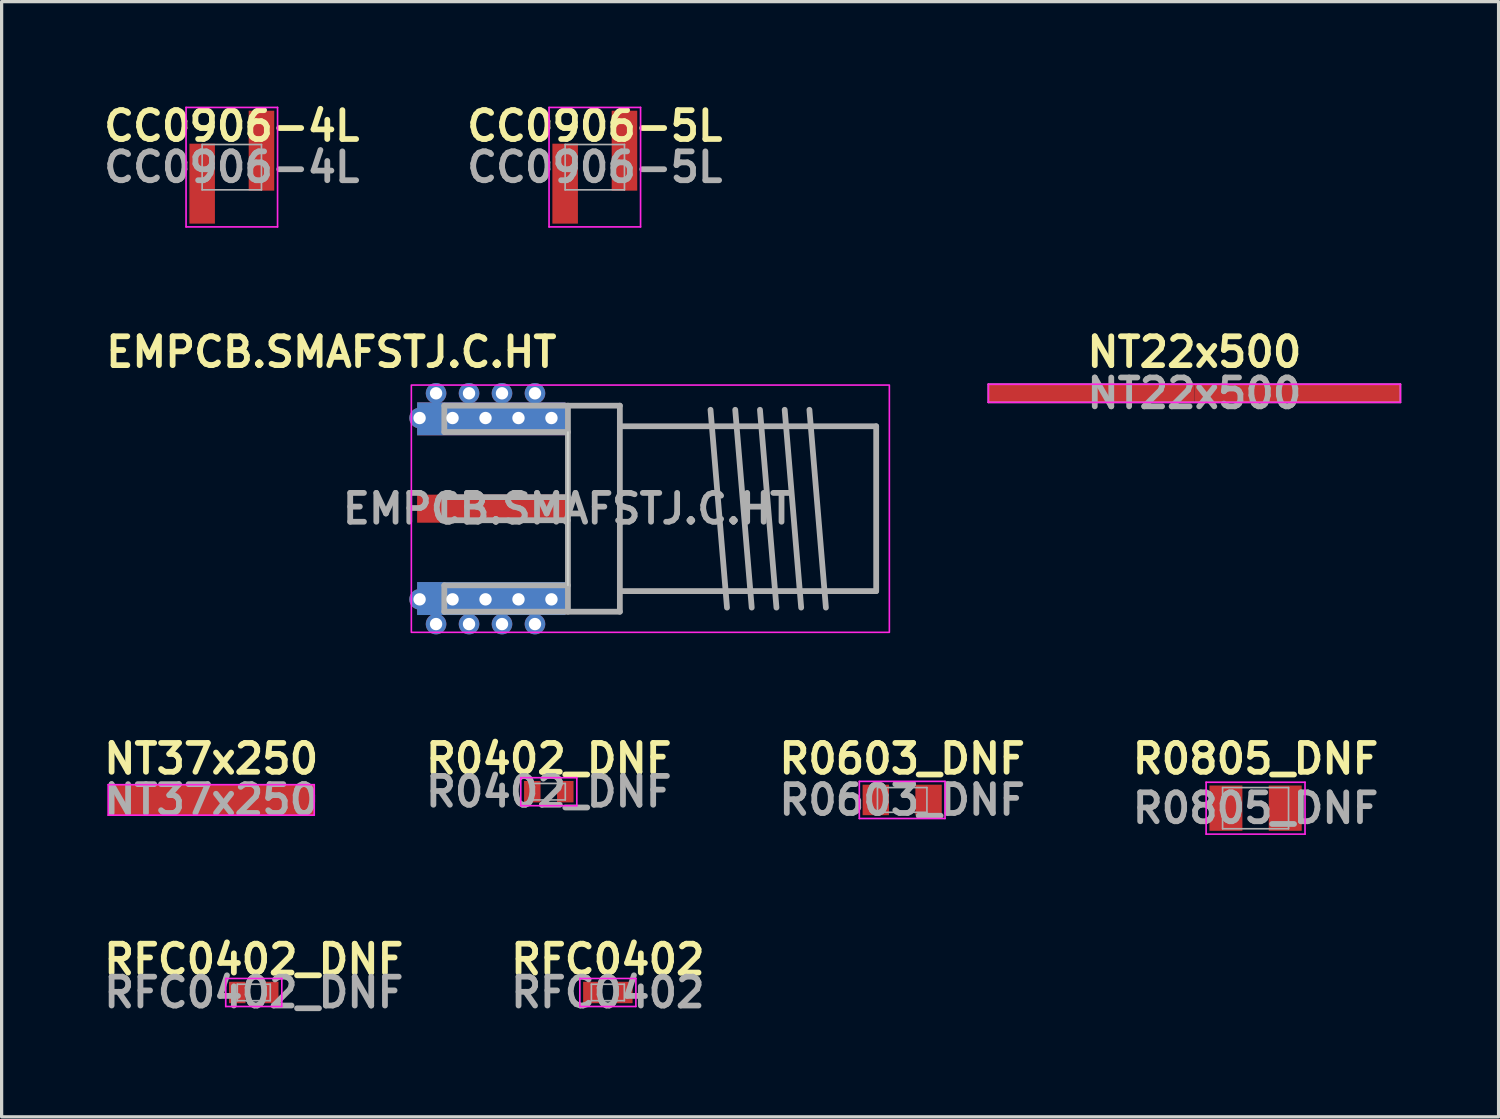
<source format=kicad_pcb>
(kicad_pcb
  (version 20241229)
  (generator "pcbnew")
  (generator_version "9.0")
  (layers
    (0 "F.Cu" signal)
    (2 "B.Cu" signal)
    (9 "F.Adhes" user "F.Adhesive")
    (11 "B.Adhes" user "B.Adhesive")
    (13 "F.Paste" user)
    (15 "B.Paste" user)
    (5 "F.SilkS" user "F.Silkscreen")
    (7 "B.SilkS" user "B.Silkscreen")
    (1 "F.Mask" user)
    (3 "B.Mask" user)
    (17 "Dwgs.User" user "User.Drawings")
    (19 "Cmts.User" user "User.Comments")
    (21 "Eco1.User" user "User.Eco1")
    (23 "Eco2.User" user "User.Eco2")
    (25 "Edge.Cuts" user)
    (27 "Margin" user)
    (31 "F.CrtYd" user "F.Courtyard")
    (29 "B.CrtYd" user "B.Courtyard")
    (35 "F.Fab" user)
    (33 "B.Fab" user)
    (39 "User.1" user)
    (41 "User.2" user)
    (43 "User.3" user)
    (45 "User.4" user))
  (footprint "CC0906-4L"
    (layer "F.Cu")
    (at 4.094 2.102)
    (property "Reference" "CC0906-4L" (at 0 -1.27 0) (layer "F.SilkS") (effects (font (size 0.889 0.889) (thickness 0.178))))
    (attr smd)
    (fp_line (start -1.41 -1.841) (end -1.41 1.841) (stroke (width 0.051) (type default)) (layer "F.CrtYd"))
    (fp_line (start -1.41 -1.841) (end 1.41 -1.841) (stroke (width 0.051) (type solid)) (layer "F.CrtYd"))
    (fp_line (start -1.41 1.841) (end 1.41 1.841) (stroke (width 0.051) (type solid)) (layer "F.CrtYd"))
    (fp_line (start 1.41 -1.841) (end 1.41 1.841) (stroke (width 0.051) (type default)) (layer "F.CrtYd"))
    (fp_line (start -0.914 -0.699) (end -0.914 0.699) (stroke (width 0.051) (type default)) (layer "F.Fab"))
    (fp_line (start -0.914 -0.699) (end 0.914 -0.699) (stroke (width 0.051) (type solid)) (layer "F.Fab"))
    (fp_line (start 0.914 -0.699) (end 0.914 0.699) (stroke (width 0.051) (type default)) (layer "F.Fab"))
    (fp_line (start 0.914 0.699) (end -0.914 0.699) (stroke (width 0.051) (type solid)) (layer "F.Fab"))
    (fp_text user "${REFERENCE}" (at 0 0 0) (layer "F.Fab") (effects (font (size 0.889 0.889) (thickness 0.178))))
    (pad "1" smd rect (at -0.914 0.508) (size 0.787 2.464) (layers "F.Cu" "F.Mask" "F.Paste"))
    (pad "2" smd rect (at 0.914 -0.508) (size 0.787 2.464) (layers "F.Cu" "F.Mask" "F.Paste")))
  (footprint "NT22x500"
    (layer "F.Cu")
    (at 33.759 9.071)
    (property "Reference" "NT22x500" (at 0 -1.27 0) (layer "F.SilkS") (effects (font (size 0.889 0.889) (thickness 0.178))))
    (attr smd allow_missing_courtyard)
    (fp_rect (start 6.35 -0.279) (end -6.35 0.279) (stroke (width 0) (type default)) (fill yes) (layer "F.Mask"))
    (fp_line (start -6.35 -0.279) (end -6.35 0.279) (stroke (width 0.051) (type default)) (layer "F.CrtYd"))
    (fp_line (start -6.35 0.279) (end 6.35 0.279) (stroke (width 0.051) (type default)) (layer "F.CrtYd"))
    (fp_line (start 6.35 -0.279) (end -6.35 -0.279) (stroke (width 0.051) (type default)) (layer "F.CrtYd"))
    (fp_line (start 6.35 0.279) (end 6.35 -0.279) (stroke (width 0.051) (type default)) (layer "F.CrtYd"))
    (fp_line (start -6.35 -0.279) (end -6.35 0.279) (stroke (width 0.051) (type default)) (layer "F.Fab"))
    (fp_line (start -6.35 0.279) (end 6.35 0.279) (stroke (width 0.051) (type default)) (layer "F.Fab"))
    (fp_line (start 6.35 -0.279) (end -6.35 -0.279) (stroke (width 0.051) (type default)) (layer "F.Fab"))
    (fp_line (start 6.35 0.279) (end 6.35 -0.279) (stroke (width 0.051) (type default)) (layer "F.Fab"))
    (fp_text user "${REFERENCE}" (at 0 0 0) (layer "F.Fab") (effects (font (size 0.889 0.889) (thickness 0.178))))
    (pad "1" smd rect (at -3.175 0) (size 6.35 0.559) (layers "F.Cu" "F.Mask"))
    (pad "2" smd rect (at 3.175 0) (size 6.35 0.559) (layers "F.Cu" "F.Mask")))
  (footprint "CC0906-5L"
    (layer "F.Cu")
    (at 15.281 2.102)
    (property "Reference" "CC0906-5L" (at 0 -1.27 0) (layer "F.SilkS") (effects (font (size 0.889 0.889) (thickness 0.178))))
    (attr smd)
    (fp_line (start -1.41 -1.841) (end -1.41 1.841) (stroke (width 0.051) (type default)) (layer "F.CrtYd"))
    (fp_line (start -1.41 -1.841) (end 1.41 -1.841) (stroke (width 0.051) (type solid)) (layer "F.CrtYd"))
    (fp_line (start -1.41 1.841) (end 1.41 1.841) (stroke (width 0.051) (type solid)) (layer "F.CrtYd"))
    (fp_line (start 1.41 -1.841) (end 1.41 1.841) (stroke (width 0.051) (type default)) (layer "F.CrtYd"))
    (fp_line (start -0.914 -0.699) (end -0.914 0.699) (stroke (width 0.051) (type default)) (layer "F.Fab"))
    (fp_line (start -0.914 -0.699) (end 0.914 -0.699) (stroke (width 0.051) (type solid)) (layer "F.Fab"))
    (fp_line (start 0.914 -0.699) (end 0.914 0.699) (stroke (width 0.051) (type default)) (layer "F.Fab"))
    (fp_line (start 0.914 0.699) (end -0.914 0.699) (stroke (width 0.051) (type solid)) (layer "F.Fab"))
    (fp_text user "${REFERENCE}" (at 0 0 0) (layer "F.Fab") (effects (font (size 0.889 0.889) (thickness 0.178))))
    (pad "1" smd rect (at -0.914 0.508) (size 0.787 2.464) (layers "F.Cu" "F.Mask" "F.Paste"))
    (pad "2" smd rect (at 0.914 -0.508) (size 0.787 2.464) (layers "F.Cu" "F.Mask" "F.Paste")))
  (footprint "RFC0402"
    (layer "F.Cu")
    (at 15.683 27.537)
    (property "Reference" "RFC0402" (at 0 -1.016 0) (layer "F.SilkS") (effects (font (size 0.889 0.889) (thickness 0.178) (bold yes))))
    (attr smd)
    (fp_line (start -0.864 -0.432) (end 0.864 -0.432) (stroke (width 0.051) (type solid)) (layer "F.CrtYd"))
    (fp_line (start -0.864 0.432) (end -0.864 -0.432) (stroke (width 0.051) (type solid)) (layer "F.CrtYd"))
    (fp_line (start 0.864 -0.432) (end 0.864 0.432) (stroke (width 0.05) (type solid)) (layer "F.CrtYd"))
    (fp_line (start 0.864 0.432) (end -0.864 0.432) (stroke (width 0.051) (type solid)) (layer "F.CrtYd"))
    (fp_line (start -0.508 -0.254) (end 0.508 -0.254) (stroke (width 0.051) (type solid)) (layer "F.Fab"))
    (fp_line (start -0.508 0.254) (end -0.508 -0.254) (stroke (width 0.051) (type solid)) (layer "F.Fab"))
    (fp_line (start 0.508 -0.254) (end 0.508 0.254) (stroke (width 0.051) (type solid)) (layer "F.Fab"))
    (fp_line (start 0.508 0.254) (end -0.508 0.254) (stroke (width 0.051) (type solid)) (layer "F.Fab"))
    (fp_text user "${REFERENCE}" (at 0 0 0) (layer "F.Fab") (effects (font (size 0.889 0.889) (thickness 0.178) (bold yes))))
    (pad "1" smd rect (at -0.508 0) (size 0.508 0.66) (layers "F.Cu" "F.Mask" "F.Paste"))
    (pad "2" smd rect (at 0.508 0) (size 0.508 0.66) (layers "F.Cu" "F.Mask" "F.Paste"))
    (zone (net_name "") (layer "F.Cu") (hatch full 0.508) (connect_pads) (min_thickness 0.254) (filled_areas_thickness no) (keepout (tracks not_allowed) (vias not_allowed) (pads allowed) (copperpour not_allowed) (footprints allowed)) (placement (enabled no)) (fill) (polygon (pts (xy 15.429 27.207) (xy 15.937 27.207) (xy 15.937 27.867) (xy 15.429 27.867)))))
  (footprint "R0402_DNF"
    (layer "F.Cu")
    (at 13.863 21.349)
    (property "Reference" "R0402_DNF" (at 0 -1.016 0) (layer "F.SilkS") (effects (font (size 0.889 0.889) (thickness 0.178) (bold yes))))
    (attr smd)
    (fp_line (start -0.864 -0.432) (end 0.864 -0.432) (stroke (width 0.051) (type solid)) (layer "F.CrtYd"))
    (fp_line (start -0.864 0.432) (end -0.864 -0.432) (stroke (width 0.051) (type solid)) (layer "F.CrtYd"))
    (fp_line (start 0.864 -0.432) (end 0.864 0.432) (stroke (width 0.05) (type solid)) (layer "F.CrtYd"))
    (fp_line (start 0.864 0.432) (end -0.864 0.432) (stroke (width 0.051) (type solid)) (layer "F.CrtYd"))
    (fp_line (start -0.508 -0.254) (end 0.508 -0.254) (stroke (width 0.051) (type solid)) (layer "F.Fab"))
    (fp_line (start -0.508 0.254) (end -0.508 -0.254) (stroke (width 0.051) (type solid)) (layer "F.Fab"))
    (fp_line (start 0.508 -0.254) (end 0.508 0.254) (stroke (width 0.051) (type solid)) (layer "F.Fab"))
    (fp_line (start 0.508 0.254) (end -0.508 0.254) (stroke (width 0.051) (type solid)) (layer "F.Fab"))
    (fp_text user "${REFERENCE}" (at 0 0 0) (layer "F.Fab") (effects (font (size 0.889 0.889) (thickness 0.178) (bold yes))))
    (pad "1" smd rect (at -0.508 0) (size 0.508 0.66) (layers "F.Cu" "F.Mask"))
    (pad "2" smd rect (at 0.508 0) (size 0.508 0.66) (layers "F.Cu" "F.Mask")))
  (footprint "R0805_DNF"
    (layer "F.Cu")
    (at 35.645 21.857)
    (property "Reference" "R0805_DNF" (at 0 -1.524 0) (layer "F.SilkS") (effects (font (size 0.889 0.889) (thickness 0.178) (bold yes))))
    (attr smd)
    (fp_line (start -1.524 -0.8) (end -1.524 0.8) (stroke (width 0.051) (type default)) (layer "F.CrtYd"))
    (fp_line (start -1.524 0.8) (end 1.524 0.8) (stroke (width 0.051) (type default)) (layer "F.CrtYd"))
    (fp_line (start 1.524 -0.8) (end -1.524 -0.8) (stroke (width 0.051) (type default)) (layer "F.CrtYd"))
    (fp_line (start 1.524 -0.8) (end 1.524 0.8) (stroke (width 0.051) (type default)) (layer "F.CrtYd"))
    (fp_line (start -1.016 -0.635) (end 1.016 -0.635) (stroke (width 0.051) (type solid)) (layer "F.Fab"))
    (fp_line (start -1.016 0.635) (end -1.016 -0.635) (stroke (width 0.051) (type solid)) (layer "F.Fab"))
    (fp_line (start 1.016 -0.635) (end 1.016 0.635) (stroke (width 0.051) (type solid)) (layer "F.Fab"))
    (fp_line (start 1.016 0.635) (end -1.016 0.635) (stroke (width 0.051) (type solid)) (layer "F.Fab"))
    (fp_text user "${REFERENCE}" (at 0 0 0) (layer "F.Fab") (effects (font (size 0.889 0.889) (thickness 0.178) (bold yes))))
    (pad "1" smd rect (at -0.914 0) (size 1.016 1.397) (layers "F.Cu" "F.Mask"))
    (pad "2" smd rect (at 0.914 0) (size 1.016 1.397) (layers "F.Cu" "F.Mask")))
  (footprint "NT37x250"
    (layer "F.Cu")
    (at 3.459 21.603)
    (property "Reference" "NT37x250" (at 0 -1.27 0) (layer "F.SilkS") (effects (font (size 0.889 0.889) (thickness 0.178))))
    (attr smd)
    (fp_rect (start -3.175 -0.47) (end 3.175 0.47) (stroke (width 0) (type default)) (fill yes) (layer "F.Cu"))
    (fp_rect (start -3.175 -0.47) (end 3.175 0.47) (stroke (width 0) (type default)) (fill yes) (layer "F.Mask"))
    (fp_line (start -3.175 -0.47) (end -3.175 0.47) (stroke (width 0.051) (type default)) (layer "F.CrtYd"))
    (fp_line (start -3.175 -0.47) (end 3.175 -0.47) (stroke (width 0.051) (type default)) (layer "F.CrtYd"))
    (fp_line (start 3.175 -0.47) (end 3.175 0.47) (stroke (width 0.051) (type default)) (layer "F.CrtYd"))
    (fp_line (start 3.175 0.47) (end -3.175 0.47) (stroke (width 0.051) (type default)) (layer "F.CrtYd"))
    (fp_text user "${REFERENCE}" (at 0 0 0) (layer "F.Fab") (effects (font (size 0.889 0.889) (thickness 0.178))))
    (pad "1" smd rect (at -2.921 0) (size 0.508 0.94) (layers "F.Cu" "F.Mask"))
    (pad "2" smd rect (at 2.921 0) (size 0.508 0.94) (layers "F.Cu" "F.Mask")))
  (footprint "RFC0402_DNF"
    (layer "F.Cu")
    (at 4.771 27.537)
    (property "Reference" "RFC0402_DNF" (at 0 -1.016 0) (layer "F.SilkS") (effects (font (size 0.889 0.889) (thickness 0.178) (bold yes))))
    (attr smd)
    (fp_line (start -0.864 -0.432) (end 0.864 -0.432) (stroke (width 0.051) (type solid)) (layer "F.CrtYd"))
    (fp_line (start -0.864 0.432) (end -0.864 -0.432) (stroke (width 0.051) (type solid)) (layer "F.CrtYd"))
    (fp_line (start 0.864 -0.432) (end 0.864 0.432) (stroke (width 0.05) (type solid)) (layer "F.CrtYd"))
    (fp_line (start 0.864 0.432) (end -0.864 0.432) (stroke (width 0.051) (type solid)) (layer "F.CrtYd"))
    (fp_line (start -0.508 -0.254) (end 0.508 -0.254) (stroke (width 0.051) (type solid)) (layer "F.Fab"))
    (fp_line (start -0.508 0.254) (end -0.508 -0.254) (stroke (width 0.051) (type solid)) (layer "F.Fab"))
    (fp_line (start 0.508 -0.254) (end 0.508 0.254) (stroke (width 0.051) (type solid)) (layer "F.Fab"))
    (fp_line (start 0.508 0.254) (end -0.508 0.254) (stroke (width 0.051) (type solid)) (layer "F.Fab"))
    (fp_text user "${REFERENCE}" (at 0 0 0) (layer "F.Fab") (effects (font (size 0.889 0.889) (thickness 0.178) (bold yes))))
    (pad "1" smd rect (at -0.508 0) (size 0.508 0.66) (layers "F.Cu" "F.Mask"))
    (pad "2" smd rect (at 0.508 0) (size 0.508 0.66) (layers "F.Cu" "F.Mask"))
    (zone (net_name "") (layer "F.Cu") (hatch full 0.508) (connect_pads) (min_thickness 0.254) (filled_areas_thickness no) (keepout (tracks not_allowed) (vias not_allowed) (pads allowed) (copperpour not_allowed) (footprints allowed)) (placement (enabled no)) (fill) (polygon (pts (xy 4.517 27.207) (xy 5.025 27.207) (xy 5.025 27.867) (xy 4.517 27.867)))))
  (footprint "EMPCB.SMAFSTJ.C.HT"
    (layer "F.Cu")
    (at 14.453 12.627)
    (property "Reference" "EMPCB.SMAFSTJ.C.HT" (at -0.254 -4.826 0) (layer "F.SilkS") (effects (font (size 0.889 0.889) (thickness 0.178)) (justify right)))
    (attr smd)
    (fp_rect (start -4.826 -3.81) (end 0 3.81) (stroke (width 0) (type solid)) (fill yes) (layer "F.Mask"))
    (fp_rect (start -4.826 -3.81) (end 0 -1.727) (stroke (width 0) (type solid)) (fill yes) (layer "B.Mask"))
    (fp_rect (start -4.826 1.727) (end 0 3.81) (stroke (width 0) (type solid)) (fill yes) (layer "B.Mask"))
    (fp_line (start 0 -2.362) (end 0 2.362) (stroke (width 0.051) (type default)) (layer "Edge.Cuts"))
    (fp_rect (start -4.826 -3.81) (end 9.906 3.81) (stroke (width 0.05) (type default)) (fill no) (layer "F.CrtYd"))
    (fp_line (start -3.81 -3.175) (end -3.81 -2.362) (stroke (width 0.178) (type default)) (layer "F.Fab"))
    (fp_line (start -3.81 -3.175) (end 1.6 -3.175) (stroke (width 0.178) (type default)) (layer "F.Fab"))
    (fp_line (start -3.81 -0.356) (end -3.81 0.356) (stroke (width 0.178) (type default)) (layer "F.Fab"))
    (fp_line (start -3.81 3.175) (end -3.81 2.362) (stroke (width 0.178) (type default)) (layer "F.Fab"))
    (fp_line (start 0 -3.175) (end 0 3.175) (stroke (width 0.178) (type default)) (layer "F.Fab"))
    (fp_line (start 0 -2.362) (end -3.81 -2.362) (stroke (width 0.178) (type default)) (layer "F.Fab"))
    (fp_line (start 0 -0.356) (end -3.81 -0.356) (stroke (width 0.178) (type default)) (layer "F.Fab"))
    (fp_line (start 0 0.356) (end -3.81 0.356) (stroke (width 0.178) (type default)) (layer "F.Fab"))
    (fp_line (start 0 2.362) (end -3.81 2.362) (stroke (width 0.178) (type default)) (layer "F.Fab"))
    (fp_line (start 1.6 -2.54) (end 9.5 -2.54) (stroke (width 0.178) (type default)) (layer "F.Fab"))
    (fp_line (start 1.6 2.54) (end 9.5 2.54) (stroke (width 0.178) (type default)) (layer "F.Fab"))
    (fp_line (start 1.6 3.175) (end -3.81 3.175) (stroke (width 0.178) (type default)) (layer "F.Fab"))
    (fp_line (start 1.6 3.175) (end 1.6 -3.175) (stroke (width 0.178) (type default)) (layer "F.Fab"))
    (fp_line (start 4.394 -3.048) (end 4.902 3.048) (stroke (width 0.178) (type default)) (layer "F.Fab"))
    (fp_line (start 5.156 -3.048) (end 5.664 3.048) (stroke (width 0.178) (type default)) (layer "F.Fab"))
    (fp_line (start 5.918 -3.048) (end 6.426 3.048) (stroke (width 0.178) (type default)) (layer "F.Fab"))
    (fp_line (start 6.68 -3.048) (end 7.188 3.048) (stroke (width 0.178) (type default)) (layer "F.Fab"))
    (fp_line (start 7.442 -3.048) (end 7.95 3.048) (stroke (width 0.178) (type default)) (layer "F.Fab"))
    (fp_line (start 9.5 2.54) (end 9.5 -2.54) (stroke (width 0.178) (type default)) (layer "F.Fab"))
    (fp_text user "${REFERENCE}" (at 0 0 0) (layer "F.Fab") (effects (font (size 0.889 0.889) (thickness 0.178) (bold yes))))
    (pad "0" thru_hole circle (at -4.572 -2.794) (size 0.635 0.635) (drill 0.381) (layers "*.Cu" "*.Mask"))
    (pad "0" thru_hole circle (at -4.572 2.794) (size 0.635 0.635) (drill 0.381) (layers "*.Cu" "*.Mask"))
    (pad "0" thru_hole circle (at -4.064 -3.556) (size 0.635 0.635) (drill 0.381) (layers "*.Cu" "*.Mask"))
    (pad "0" thru_hole circle (at -4.064 3.556) (size 0.635 0.635) (drill 0.381) (layers "*.Cu" "*.Mask"))
    (pad "0" thru_hole circle (at -3.556 -2.794) (size 0.635 0.635) (drill 0.381) (layers "*.Cu" "*.Mask"))
    (pad "0" thru_hole circle (at -3.556 2.794) (size 0.635 0.635) (drill 0.381) (layers "*.Cu" "*.Mask"))
    (pad "0" thru_hole circle (at -3.048 -3.556) (size 0.635 0.635) (drill 0.381) (layers "*.Cu" "*.Mask"))
    (pad "0" thru_hole circle (at -3.048 3.556) (size 0.635 0.635) (drill 0.381) (layers "*.Cu" "*.Mask"))
    (pad "0" thru_hole circle (at -2.54 -2.794) (size 0.635 0.635) (drill 0.381) (layers "*.Cu" "*.Mask"))
    (pad "0" thru_hole circle (at -2.54 2.794) (size 0.635 0.635) (drill 0.381) (layers "*.Cu" "*.Mask"))
    (pad "0" smd rect (at -2.362 -2.769) (size 4.572 1.016) (layers "F.Cu" "F.Mask" "F.Paste"))
    (pad "0" smd rect (at -2.362 -2.769) (size 4.572 1.016) (layers "B.Cu" "B.Mask" "B.Paste"))
    (pad "0" smd rect (at -2.362 2.769) (size 4.572 1.016) (layers "F.Cu" "F.Mask" "F.Paste"))
    (pad "0" smd rect (at -2.362 2.769) (size 4.572 1.016) (layers "B.Cu" "B.Mask" "B.Paste"))
    (pad "0" thru_hole circle (at -2.032 -3.556) (size 0.635 0.635) (drill 0.381) (layers "*.Cu" "*.Mask"))
    (pad "0" thru_hole circle (at -2.032 3.556) (size 0.635 0.635) (drill 0.381) (layers "*.Cu" "*.Mask"))
    (pad "0" thru_hole circle (at -1.524 -2.794) (size 0.635 0.635) (drill 0.381) (layers "*.Cu" "*.Mask"))
    (pad "0" thru_hole circle (at -1.524 2.794) (size 0.635 0.635) (drill 0.381) (layers "*.Cu" "*.Mask"))
    (pad "0" thru_hole circle (at -1.016 -3.556) (size 0.635 0.635) (drill 0.381) (layers "*.Cu" "*.Mask"))
    (pad "0" thru_hole circle (at -1.016 3.556) (size 0.635 0.635) (drill 0.381) (layers "*.Cu" "*.Mask"))
    (pad "0" thru_hole circle (at -0.508 -2.794) (size 0.635 0.635) (drill 0.381) (layers "*.Cu" "*.Mask"))
    (pad "0" thru_hole circle (at -0.508 2.794) (size 0.635 0.635) (drill 0.381) (layers "*.Cu" "*.Mask"))
    (pad "1" smd rect (at -2.362 0) (size 4.572 0.864) (layers "F.Cu" "F.Mask" "F.Paste"))
    (zone (net_name "") (layer "F.Cu") (hatch edge 0.5) (connect_pads) (min_thickness 0.25) (filled_areas_thickness no) (keepout (tracks allowed) (vias allowed) (pads allowed) (copperpour not_allowed) (footprints allowed)) (placement (enabled no)) (fill) (polygon (pts (xy 9.804 10.367) (xy 9.804 14.888) (xy 14.453 14.888) (xy 14.453 10.367)))))
  (footprint "R0603_DNF"
    (layer "F.Cu")
    (at 24.754 21.603)
    (property "Reference" "R0603_DNF" (at 0 -1.27 0) (layer "F.SilkS") (effects (font (size 0.889 0.889) (thickness 0.178))))
    (attr smd)
    (fp_line (start -1.321 -0.572) (end 1.321 -0.572) (stroke (width 0.051) (type solid)) (layer "F.CrtYd"))
    (fp_line (start -1.321 0.572) (end -1.321 -0.572) (stroke (width 0.051) (type solid)) (layer "F.CrtYd"))
    (fp_line (start 1.321 -0.572) (end 1.321 0.572) (stroke (width 0.051) (type solid)) (layer "F.CrtYd"))
    (fp_line (start 1.321 0.572) (end -1.321 0.572) (stroke (width 0.051) (type solid)) (layer "F.CrtYd"))
    (fp_line (start -0.762 -0.381) (end 0.762 -0.381) (stroke (width 0.051) (type solid)) (layer "F.Fab"))
    (fp_line (start -0.762 0.381) (end -0.762 -0.381) (stroke (width 0.051) (type solid)) (layer "F.Fab"))
    (fp_line (start 0.762 -0.381) (end 0.762 0.381) (stroke (width 0.051) (type solid)) (layer "F.Fab"))
    (fp_line (start 0.762 0.381) (end -0.762 0.381) (stroke (width 0.051) (type solid)) (layer "F.Fab"))
    (fp_text user "${REFERENCE}" (at 0 0 0) (layer "F.Fab") (effects (font (size 0.889 0.889) (thickness 0.178))))
    (pad "1" smd rect (at -0.813 0) (size 0.813 0.94) (layers "F.Cu" "F.Mask"))
    (pad "2" smd rect (at 0.813 0) (size 0.813 0.94) (layers "F.Cu" "F.Mask")))
  (gr_rect
    (start -3 -3)
    (end 43.134 31.369)
    (stroke (width 0.1) (type default))
    (fill no)
    (layer "Edge.Cuts")))
</source>
